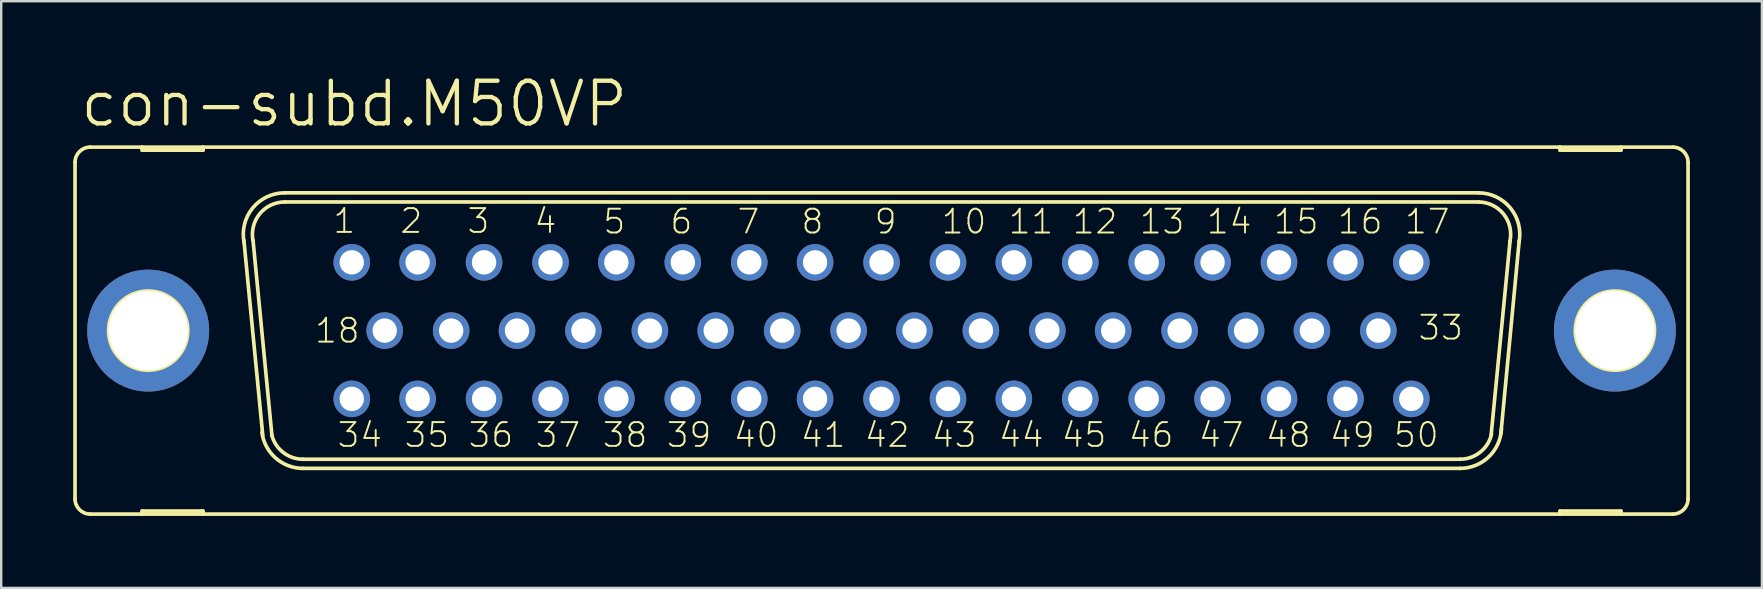
<source format=kicad_pcb>
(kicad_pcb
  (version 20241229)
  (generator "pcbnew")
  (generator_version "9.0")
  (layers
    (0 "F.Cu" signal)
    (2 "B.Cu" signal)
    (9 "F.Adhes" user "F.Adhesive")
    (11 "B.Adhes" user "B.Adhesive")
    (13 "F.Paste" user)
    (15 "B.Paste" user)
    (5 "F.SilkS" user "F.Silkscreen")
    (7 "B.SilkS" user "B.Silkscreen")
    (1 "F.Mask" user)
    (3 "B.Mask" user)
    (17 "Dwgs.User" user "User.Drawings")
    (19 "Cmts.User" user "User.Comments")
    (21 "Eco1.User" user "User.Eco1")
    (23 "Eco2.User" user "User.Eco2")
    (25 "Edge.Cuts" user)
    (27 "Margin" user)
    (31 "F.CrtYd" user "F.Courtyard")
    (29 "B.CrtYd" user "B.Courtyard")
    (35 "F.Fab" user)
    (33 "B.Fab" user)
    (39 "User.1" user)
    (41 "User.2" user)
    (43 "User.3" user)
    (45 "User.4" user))
  (footprint "con-subd.M50VP"
    (layer "F.Cu")
    (at 33.68 10.725)
    (property "Reference" "con-subd.M50VP" (at -33.477 -8.407 0) (layer "F.SilkS") (effects (font (size 1.778 1.778) (thickness 0.18)) (justify left bottom)))
    (attr through_hole)
    (fp_line (start -33.604 -7.01) (end -33.604 7.01) (stroke (width 0.152) (type default)) (layer "F.SilkS"))
    (fp_line (start -32.969 7.645) (end -30.81 7.645) (stroke (width 0.152) (type default)) (layer "F.SilkS"))
    (fp_line (start -30.81 -7.645) (end -32.969 -7.645) (stroke (width 0.152) (type default)) (layer "F.SilkS"))
    (fp_line (start -30.81 -7.645) (end -30.81 -7.518) (stroke (width 0.152) (type default)) (layer "F.SilkS"))
    (fp_line (start -30.81 -7.518) (end -28.27 -7.518) (stroke (width 0.152) (type default)) (layer "F.SilkS"))
    (fp_line (start -30.81 7.518) (end -28.27 7.518) (stroke (width 0.152) (type default)) (layer "F.SilkS"))
    (fp_line (start -30.81 7.645) (end -30.81 7.518) (stroke (width 0.152) (type default)) (layer "F.SilkS"))
    (fp_line (start -30.81 7.645) (end -28.27 7.645) (stroke (width 0.152) (type default)) (layer "F.SilkS"))
    (fp_line (start -28.27 -7.645) (end -30.81 -7.645) (stroke (width 0.152) (type default)) (layer "F.SilkS"))
    (fp_line (start -28.27 -7.518) (end -28.27 -7.645) (stroke (width 0.152) (type default)) (layer "F.SilkS"))
    (fp_line (start -28.27 7.518) (end -28.27 7.645) (stroke (width 0.152) (type default)) (layer "F.SilkS"))
    (fp_line (start -28.27 7.645) (end 28.27 7.645) (stroke (width 0.152) (type default)) (layer "F.SilkS"))
    (fp_line (start -25.781 4.369) (end -26.568 -3.759) (stroke (width 0.152) (type default)) (layer "F.SilkS"))
    (fp_line (start -25.4 4.369) (end -26.187 -3.759) (stroke (width 0.152) (type default)) (layer "F.SilkS"))
    (fp_line (start -24.867 -5.74) (end 24.867 -5.74) (stroke (width 0.152) (type default)) (layer "F.SilkS"))
    (fp_line (start -24.867 -5.359) (end 24.867 -5.359) (stroke (width 0.152) (type default)) (layer "F.SilkS"))
    (fp_line (start -24.105 5.359) (end 24.105 5.359) (stroke (width 0.152) (type default)) (layer "F.SilkS"))
    (fp_line (start -24.105 5.74) (end 24.105 5.74) (stroke (width 0.152) (type default)) (layer "F.SilkS"))
    (fp_line (start 26.187 -3.734) (end 25.4 4.343) (stroke (width 0.152) (type default)) (layer "F.SilkS"))
    (fp_line (start 26.568 -3.734) (end 25.806 4.293) (stroke (width 0.152) (type default)) (layer "F.SilkS"))
    (fp_line (start 28.27 -7.645) (end -28.27 -7.645) (stroke (width 0.152) (type default)) (layer "F.SilkS"))
    (fp_line (start 28.27 -7.645) (end 28.27 -7.518) (stroke (width 0.152) (type default)) (layer "F.SilkS"))
    (fp_line (start 28.27 -7.518) (end 30.81 -7.518) (stroke (width 0.152) (type default)) (layer "F.SilkS"))
    (fp_line (start 28.27 7.518) (end 30.81 7.518) (stroke (width 0.152) (type default)) (layer "F.SilkS"))
    (fp_line (start 28.27 7.645) (end 28.27 7.518) (stroke (width 0.152) (type default)) (layer "F.SilkS"))
    (fp_line (start 28.27 7.645) (end 30.81 7.645) (stroke (width 0.152) (type default)) (layer "F.SilkS"))
    (fp_line (start 30.81 -7.645) (end 28.27 -7.645) (stroke (width 0.152) (type default)) (layer "F.SilkS"))
    (fp_line (start 30.81 -7.518) (end 30.81 -7.645) (stroke (width 0.152) (type default)) (layer "F.SilkS"))
    (fp_line (start 30.81 7.518) (end 30.81 7.645) (stroke (width 0.152) (type default)) (layer "F.SilkS"))
    (fp_line (start 30.81 7.645) (end 32.969 7.645) (stroke (width 0.152) (type default)) (layer "F.SilkS"))
    (fp_line (start 32.969 -7.645) (end 30.81 -7.645) (stroke (width 0.152) (type default)) (layer "F.SilkS"))
    (fp_line (start 33.604 -7.01) (end 33.604 7.01) (stroke (width 0.152) (type default)) (layer "F.SilkS"))
    (fp_arc (start -33.6042 -7.0104) (mid -33.418213 -7.459413) (end -32.9692 -7.6454) (stroke (width 0.1524) (type default)) (layer "F.SilkS"))
    (fp_arc (start -32.9692 7.6454) (mid -33.418213 7.459413) (end -33.6042 7.0104) (stroke (width 0.1524) (type default)) (layer "F.SilkS"))
    (fp_arc (start -26.5603 -3.6745) (mid -26.202317 -5.108241) (end -24.8666 -5.7404) (stroke (width 0.1524) (type default)) (layer "F.SilkS"))
    (fp_arc (start -26.1867 -3.7492) (mid -25.907682 -4.866684) (end -24.8666 -5.3594) (stroke (width 0.1524) (type default)) (layer "F.SilkS"))
    (fp_arc (start -24.1046 5.3594) (mid -24.9281 5.078146) (end -25.4075 4.3519) (stroke (width 0.1524) (type default)) (layer "F.SilkS"))
    (fp_arc (start -24.1046 5.7404) (mid -25.242311 5.312712) (end -25.8166 4.2415) (stroke (width 0.1524) (type default)) (layer "F.SilkS"))
    (fp_arc (start 24.8666 -5.7404) (mid 26.202412 -5.108267) (end 26.5606 -3.6745) (stroke (width 0.1524) (type default)) (layer "F.SilkS"))
    (fp_arc (start 24.8666 -5.3594) (mid 25.915156 -4.857584) (end 26.1821 -3.7262) (stroke (width 0.1524) (type default)) (layer "F.SilkS"))
    (fp_arc (start 25.4133 4.3274) (mid 24.937856 5.070274) (end 24.1046 5.3594) (stroke (width 0.1524) (type default)) (layer "F.SilkS"))
    (fp_arc (start 25.8289 4.1073) (mid 25.291966 5.267228) (end 24.1046 5.7404) (stroke (width 0.1524) (type default)) (layer "F.SilkS"))
    (fp_arc (start 32.9692 -7.6454) (mid 33.418213 -7.459413) (end 33.6042 -7.0104) (stroke (width 0.1524) (type default)) (layer "F.SilkS"))
    (fp_arc (start 33.6042 7.0104) (mid 33.418213 7.459413) (end 32.9692 7.6454) (stroke (width 0.1524) (type default)) (layer "F.SilkS"))
    (fp_circle (center -30.556 0) (end -28.905 0) (stroke (width 0.152) (type default)) (fill no) (layer "F.SilkS"))
    (fp_circle (center 30.556 0) (end 32.207 0) (stroke (width 0.152) (type default)) (fill no) (layer "F.SilkS"))
    (fp_circle (center -22.073 -2.845) (end -21.819 -2.845) (stroke (width 0.406) (type default)) (fill no) (layer "F.Fab"))
    (fp_circle (center -22.073 2.845) (end -21.819 2.845) (stroke (width 0.406) (type default)) (fill no) (layer "F.Fab"))
    (fp_circle (center -20.701 0) (end -20.447 0) (stroke (width 0.406) (type default)) (fill no) (layer "F.Fab"))
    (fp_circle (center -19.329 -2.845) (end -19.075 -2.845) (stroke (width 0.406) (type default)) (fill no) (layer "F.Fab"))
    (fp_circle (center -19.329 2.845) (end -19.075 2.845) (stroke (width 0.406) (type default)) (fill no) (layer "F.Fab"))
    (fp_circle (center -17.932 0) (end -17.678 0) (stroke (width 0.406) (type default)) (fill no) (layer "F.Fab"))
    (fp_circle (center -16.561 -2.845) (end -16.307 -2.845) (stroke (width 0.406) (type default)) (fill no) (layer "F.Fab"))
    (fp_circle (center -16.561 2.845) (end -16.307 2.845) (stroke (width 0.406) (type default)) (fill no) (layer "F.Fab"))
    (fp_circle (center -15.189 0) (end -14.935 0) (stroke (width 0.406) (type default)) (fill no) (layer "F.Fab"))
    (fp_circle (center -13.792 -2.845) (end -13.538 -2.845) (stroke (width 0.406) (type default)) (fill no) (layer "F.Fab"))
    (fp_circle (center -13.792 2.845) (end -13.538 2.845) (stroke (width 0.406) (type default)) (fill no) (layer "F.Fab"))
    (fp_circle (center -12.421 0) (end -12.167 0) (stroke (width 0.406) (type default)) (fill no) (layer "F.Fab"))
    (fp_circle (center -11.049 -2.845) (end -10.795 -2.845) (stroke (width 0.406) (type default)) (fill no) (layer "F.Fab"))
    (fp_circle (center -11.049 2.845) (end -10.795 2.845) (stroke (width 0.406) (type default)) (fill no) (layer "F.Fab"))
    (fp_circle (center -9.652 0) (end -9.398 0) (stroke (width 0.406) (type default)) (fill no) (layer "F.Fab"))
    (fp_circle (center -8.28 -2.845) (end -8.026 -2.845) (stroke (width 0.406) (type default)) (fill no) (layer "F.Fab"))
    (fp_circle (center -8.28 2.845) (end -8.026 2.845) (stroke (width 0.406) (type default)) (fill no) (layer "F.Fab"))
    (fp_circle (center -6.909 0) (end -6.655 0) (stroke (width 0.406) (type default)) (fill no) (layer "F.Fab"))
    (fp_circle (center -5.512 -2.845) (end -5.258 -2.845) (stroke (width 0.406) (type default)) (fill no) (layer "F.Fab"))
    (fp_circle (center -5.512 2.845) (end -5.258 2.845) (stroke (width 0.406) (type default)) (fill no) (layer "F.Fab"))
    (fp_circle (center -4.14 0) (end -3.886 0) (stroke (width 0.406) (type default)) (fill no) (layer "F.Fab"))
    (fp_circle (center -2.769 -2.845) (end -2.515 -2.845) (stroke (width 0.406) (type default)) (fill no) (layer "F.Fab"))
    (fp_circle (center -2.769 2.845) (end -2.515 2.845) (stroke (width 0.406) (type default)) (fill no) (layer "F.Fab"))
    (fp_circle (center -1.372 0) (end -1.118 0) (stroke (width 0.406) (type default)) (fill no) (layer "F.Fab"))
    (fp_circle (center 0 -2.845) (end 0.254 -2.845) (stroke (width 0.406) (type default)) (fill no) (layer "F.Fab"))
    (fp_circle (center 0 2.845) (end 0.254 2.845) (stroke (width 0.406) (type default)) (fill no) (layer "F.Fab"))
    (fp_circle (center 1.372 0) (end 1.626 0) (stroke (width 0.406) (type default)) (fill no) (layer "F.Fab"))
    (fp_circle (center 2.769 -2.845) (end 3.023 -2.845) (stroke (width 0.406) (type default)) (fill no) (layer "F.Fab"))
    (fp_circle (center 2.769 2.845) (end 3.023 2.845) (stroke (width 0.406) (type default)) (fill no) (layer "F.Fab"))
    (fp_circle (center 4.14 0) (end 4.394 0) (stroke (width 0.406) (type default)) (fill no) (layer "F.Fab"))
    (fp_circle (center 5.512 -2.845) (end 5.766 -2.845) (stroke (width 0.406) (type default)) (fill no) (layer "F.Fab"))
    (fp_circle (center 5.512 2.845) (end 5.766 2.845) (stroke (width 0.406) (type default)) (fill no) (layer "F.Fab"))
    (fp_circle (center 6.909 0) (end 7.163 0) (stroke (width 0.406) (type default)) (fill no) (layer "F.Fab"))
    (fp_circle (center 8.28 -2.845) (end 8.534 -2.845) (stroke (width 0.406) (type default)) (fill no) (layer "F.Fab"))
    (fp_circle (center 8.28 2.845) (end 8.534 2.845) (stroke (width 0.406) (type default)) (fill no) (layer "F.Fab"))
    (fp_circle (center 9.652 0) (end 9.906 0) (stroke (width 0.406) (type default)) (fill no) (layer "F.Fab"))
    (fp_circle (center 11.049 -2.845) (end 11.303 -2.845) (stroke (width 0.406) (type default)) (fill no) (layer "F.Fab"))
    (fp_circle (center 11.049 2.845) (end 11.303 2.845) (stroke (width 0.406) (type default)) (fill no) (layer "F.Fab"))
    (fp_circle (center 12.421 0) (end 12.675 0) (stroke (width 0.406) (type default)) (fill no) (layer "F.Fab"))
    (fp_circle (center 13.792 -2.845) (end 14.046 -2.845) (stroke (width 0.406) (type default)) (fill no) (layer "F.Fab"))
    (fp_circle (center 13.792 2.845) (end 14.046 2.845) (stroke (width 0.406) (type default)) (fill no) (layer "F.Fab"))
    (fp_circle (center 15.189 0) (end 15.443 0) (stroke (width 0.406) (type default)) (fill no) (layer "F.Fab"))
    (fp_circle (center 16.561 -2.845) (end 16.815 -2.845) (stroke (width 0.406) (type default)) (fill no) (layer "F.Fab"))
    (fp_circle (center 16.561 2.845) (end 16.815 2.845) (stroke (width 0.406) (type default)) (fill no) (layer "F.Fab"))
    (fp_circle (center 17.932 0) (end 18.186 0) (stroke (width 0.406) (type default)) (fill no) (layer "F.Fab"))
    (fp_circle (center 19.329 -2.845) (end 19.583 -2.845) (stroke (width 0.406) (type default)) (fill no) (layer "F.Fab"))
    (fp_circle (center 19.329 2.845) (end 19.583 2.845) (stroke (width 0.406) (type default)) (fill no) (layer "F.Fab"))
    (fp_circle (center 20.701 0) (end 20.955 0) (stroke (width 0.406) (type default)) (fill no) (layer "F.Fab"))
    (fp_circle (center 22.073 -2.845) (end 22.327 -2.845) (stroke (width 0.406) (type default)) (fill no) (layer "F.Fab"))
    (fp_circle (center 22.073 2.845) (end 22.327 2.845) (stroke (width 0.406) (type default)) (fill no) (layer "F.Fab"))
    (fp_text user "43" (at 2.032 4.928 0) (layer "F.SilkS") (effects (font (size 0.991 0.991) (thickness 0.08)) (justify left bottom)))
    (fp_text user "1" (at -22.911 -3.988 0) (layer "F.SilkS") (effects (font (size 0.991 0.991) (thickness 0.08)) (justify left bottom)))
    (fp_text user "36" (at -17.272 4.928 0) (layer "F.SilkS") (effects (font (size 0.991 0.991) (thickness 0.08)) (justify left bottom)))
    (fp_text user "47" (at 13.157 4.928 0) (layer "F.SilkS") (effects (font (size 0.991 0.991) (thickness 0.08)) (justify left bottom)))
    (fp_text user "3" (at -17.323 -3.988 0) (layer "F.SilkS") (effects (font (size 0.991 0.991) (thickness 0.08)) (justify left bottom)))
    (fp_text user "42" (at -0.762 4.928 0) (layer "F.SilkS") (effects (font (size 0.991 0.991) (thickness 0.08)) (justify left bottom)))
    (fp_text user "33" (at 22.301 0.457 0) (layer "F.SilkS") (effects (font (size 0.991 0.991) (thickness 0.08)) (justify left bottom)))
    (fp_text user "18" (at -23.673 0.584 0) (layer "F.SilkS") (effects (font (size 0.991 0.991) (thickness 0.08)) (justify left bottom)))
    (fp_text user "34" (at -22.733 4.928 0) (layer "F.SilkS") (effects (font (size 0.991 0.991) (thickness 0.08)) (justify left bottom)))
    (fp_text user "6" (at -8.865 -3.962 0) (layer "F.SilkS") (effects (font (size 0.991 0.991) (thickness 0.08)) (justify left bottom)))
    (fp_text user "15" (at 16.281 -3.962 0) (layer "F.SilkS") (effects (font (size 0.991 0.991) (thickness 0.08)) (justify left bottom)))
    (fp_text user "10" (at 2.438 -3.962 0) (layer "F.SilkS") (effects (font (size 0.991 0.991) (thickness 0.08)) (justify left bottom)))
    (fp_text user "37" (at -14.478 4.928 0) (layer "F.SilkS") (effects (font (size 0.991 0.991) (thickness 0.08)) (justify left bottom)))
    (fp_text user "11" (at 5.232 -3.962 0) (layer "F.SilkS") (effects (font (size 0.991 0.991) (thickness 0.08)) (justify left bottom)))
    (fp_text user "48" (at 15.951 4.928 0) (layer "F.SilkS") (effects (font (size 0.991 0.991) (thickness 0.08)) (justify left bottom)))
    (fp_text user "14" (at 13.487 -3.962 0) (layer "F.SilkS") (effects (font (size 0.991 0.991) (thickness 0.08)) (justify left bottom)))
    (fp_text user "38" (at -11.684 4.928 0) (layer "F.SilkS") (effects (font (size 0.991 0.991) (thickness 0.08)) (justify left bottom)))
    (fp_text user "17" (at 21.742 -3.962 0) (layer "F.SilkS") (effects (font (size 0.991 0.991) (thickness 0.08)) (justify left bottom)))
    (fp_text user "8" (at -3.404 -3.962 0) (layer "F.SilkS") (effects (font (size 0.991 0.991) (thickness 0.08)) (justify left bottom)))
    (fp_text user "35" (at -19.939 4.928 0) (layer "F.SilkS") (effects (font (size 0.991 0.991) (thickness 0.08)) (justify left bottom)))
    (fp_text user "50" (at 21.285 4.928 0) (layer "F.SilkS") (effects (font (size 0.991 0.991) (thickness 0.08)) (justify left bottom)))
    (fp_text user "39" (at -9.017 4.928 0) (layer "F.SilkS") (effects (font (size 0.991 0.991) (thickness 0.08)) (justify left bottom)))
    (fp_text user "46" (at 10.236 4.928 0) (layer "F.SilkS") (effects (font (size 0.991 0.991) (thickness 0.08)) (justify left bottom)))
    (fp_text user "44" (at 4.826 4.928 0) (layer "F.SilkS") (effects (font (size 0.991 0.991) (thickness 0.08)) (justify left bottom)))
    (fp_text user "5" (at -11.659 -3.962 0) (layer "F.SilkS") (effects (font (size 0.991 0.991) (thickness 0.08)) (justify left bottom)))
    (fp_text user "2" (at -20.117 -3.988 0) (layer "F.SilkS") (effects (font (size 0.991 0.991) (thickness 0.08)) (justify left bottom)))
    (fp_text user "41" (at -3.429 4.928 0) (layer "F.SilkS") (effects (font (size 0.991 0.991) (thickness 0.08)) (justify left bottom)))
    (fp_text user "4" (at -14.529 -3.988 0) (layer "F.SilkS") (effects (font (size 0.991 0.991) (thickness 0.08)) (justify left bottom)))
    (fp_text user "13" (at 10.693 -3.962 0) (layer "F.SilkS") (effects (font (size 0.991 0.991) (thickness 0.08)) (justify left bottom)))
    (fp_text user "40" (at -6.223 4.928 0) (layer "F.SilkS") (effects (font (size 0.991 0.991) (thickness 0.08)) (justify left bottom)))
    (fp_text user "45" (at 7.442 4.928 0) (layer "F.SilkS") (effects (font (size 0.991 0.991) (thickness 0.08)) (justify left bottom)))
    (fp_text user "12" (at 7.899 -3.962 0) (layer "F.SilkS") (effects (font (size 0.991 0.991) (thickness 0.08)) (justify left bottom)))
    (fp_text user "16" (at 18.948 -3.962 0) (layer "F.SilkS") (effects (font (size 0.991 0.991) (thickness 0.08)) (justify left bottom)))
    (fp_text user "49" (at 18.618 4.928 0) (layer "F.SilkS") (effects (font (size 0.991 0.991) (thickness 0.08)) (justify left bottom)))
    (fp_text user "9" (at -0.356 -3.962 0) (layer "F.SilkS") (effects (font (size 0.991 0.991) (thickness 0.08)) (justify left bottom)))
    (fp_text user "7" (at -6.071 -3.962 0) (layer "F.SilkS") (effects (font (size 0.991 0.991) (thickness 0.08)) (justify left bottom)))
    (pad "1" thru_hole circle (at -22.073 -2.845) (size 1.524 1.524) (drill 1.016) (layers "*.Cu" "*.Mask"))
    (pad "2" thru_hole circle (at -19.329 -2.845) (size 1.524 1.524) (drill 1.016) (layers "*.Cu" "*.Mask"))
    (pad "3" thru_hole circle (at -16.561 -2.845) (size 1.524 1.524) (drill 1.016) (layers "*.Cu" "*.Mask"))
    (pad "4" thru_hole circle (at -13.792 -2.845) (size 1.524 1.524) (drill 1.016) (layers "*.Cu" "*.Mask"))
    (pad "5" thru_hole circle (at -11.049 -2.845) (size 1.524 1.524) (drill 1.016) (layers "*.Cu" "*.Mask"))
    (pad "6" thru_hole circle (at -8.28 -2.845) (size 1.524 1.524) (drill 1.016) (layers "*.Cu" "*.Mask"))
    (pad "7" thru_hole circle (at -5.512 -2.845) (size 1.524 1.524) (drill 1.016) (layers "*.Cu" "*.Mask"))
    (pad "8" thru_hole circle (at -2.769 -2.845) (size 1.524 1.524) (drill 1.016) (layers "*.Cu" "*.Mask"))
    (pad "9" thru_hole circle (at 0 -2.845) (size 1.524 1.524) (drill 1.016) (layers "*.Cu" "*.Mask"))
    (pad "10" thru_hole circle (at 2.769 -2.845) (size 1.524 1.524) (drill 1.016) (layers "*.Cu" "*.Mask"))
    (pad "11" thru_hole circle (at 5.512 -2.845) (size 1.524 1.524) (drill 1.016) (layers "*.Cu" "*.Mask"))
    (pad "12" thru_hole circle (at 8.28 -2.845) (size 1.524 1.524) (drill 1.016) (layers "*.Cu" "*.Mask"))
    (pad "13" thru_hole circle (at 11.049 -2.845) (size 1.524 1.524) (drill 1.016) (layers "*.Cu" "*.Mask"))
    (pad "14" thru_hole circle (at 13.792 -2.845) (size 1.524 1.524) (drill 1.016) (layers "*.Cu" "*.Mask"))
    (pad "15" thru_hole circle (at 16.561 -2.845) (size 1.524 1.524) (drill 1.016) (layers "*.Cu" "*.Mask"))
    (pad "16" thru_hole circle (at 19.329 -2.845) (size 1.524 1.524) (drill 1.016) (layers "*.Cu" "*.Mask"))
    (pad "17" thru_hole circle (at 22.073 -2.845) (size 1.524 1.524) (drill 1.016) (layers "*.Cu" "*.Mask"))
    (pad "18" thru_hole circle (at -20.701 0) (size 1.524 1.524) (drill 1.016) (layers "*.Cu" "*.Mask"))
    (pad "19" thru_hole circle (at -17.932 0) (size 1.524 1.524) (drill 1.016) (layers "*.Cu" "*.Mask"))
    (pad "20" thru_hole circle (at -15.189 0) (size 1.524 1.524) (drill 1.016) (layers "*.Cu" "*.Mask"))
    (pad "21" thru_hole circle (at -12.421 0) (size 1.524 1.524) (drill 1.016) (layers "*.Cu" "*.Mask"))
    (pad "22" thru_hole circle (at -9.652 0) (size 1.524 1.524) (drill 1.016) (layers "*.Cu" "*.Mask"))
    (pad "23" thru_hole circle (at -6.909 0) (size 1.524 1.524) (drill 1.016) (layers "*.Cu" "*.Mask"))
    (pad "24" thru_hole circle (at -4.14 0) (size 1.524 1.524) (drill 1.016) (layers "*.Cu" "*.Mask"))
    (pad "25" thru_hole circle (at -1.372 0) (size 1.524 1.524) (drill 1.016) (layers "*.Cu" "*.Mask"))
    (pad "26" thru_hole circle (at 1.372 0) (size 1.524 1.524) (drill 1.016) (layers "*.Cu" "*.Mask"))
    (pad "27" thru_hole circle (at 4.14 0) (size 1.524 1.524) (drill 1.016) (layers "*.Cu" "*.Mask"))
    (pad "28" thru_hole circle (at 6.909 0) (size 1.524 1.524) (drill 1.016) (layers "*.Cu" "*.Mask"))
    (pad "29" thru_hole circle (at 9.652 0) (size 1.524 1.524) (drill 1.016) (layers "*.Cu" "*.Mask"))
    (pad "30" thru_hole circle (at 12.421 0) (size 1.524 1.524) (drill 1.016) (layers "*.Cu" "*.Mask"))
    (pad "31" thru_hole circle (at 15.189 0) (size 1.524 1.524) (drill 1.016) (layers "*.Cu" "*.Mask"))
    (pad "32" thru_hole circle (at 17.932 0) (size 1.524 1.524) (drill 1.016) (layers "*.Cu" "*.Mask"))
    (pad "33" thru_hole circle (at 20.701 0) (size 1.524 1.524) (drill 1.016) (layers "*.Cu" "*.Mask"))
    (pad "34" thru_hole circle (at -22.073 2.845) (size 1.524 1.524) (drill 1.016) (layers "*.Cu" "*.Mask"))
    (pad "35" thru_hole circle (at -19.329 2.845) (size 1.524 1.524) (drill 1.016) (layers "*.Cu" "*.Mask"))
    (pad "36" thru_hole circle (at -16.561 2.845) (size 1.524 1.524) (drill 1.016) (layers "*.Cu" "*.Mask"))
    (pad "37" thru_hole circle (at -13.792 2.845) (size 1.524 1.524) (drill 1.016) (layers "*.Cu" "*.Mask"))
    (pad "38" thru_hole circle (at -11.049 2.845) (size 1.524 1.524) (drill 1.016) (layers "*.Cu" "*.Mask"))
    (pad "39" thru_hole circle (at -8.28 2.845) (size 1.524 1.524) (drill 1.016) (layers "*.Cu" "*.Mask"))
    (pad "40" thru_hole circle (at -5.512 2.845) (size 1.524 1.524) (drill 1.016) (layers "*.Cu" "*.Mask"))
    (pad "41" thru_hole circle (at -2.769 2.845) (size 1.524 1.524) (drill 1.016) (layers "*.Cu" "*.Mask"))
    (pad "42" thru_hole circle (at 0 2.845) (size 1.524 1.524) (drill 1.016) (layers "*.Cu" "*.Mask"))
    (pad "43" thru_hole circle (at 2.769 2.845) (size 1.524 1.524) (drill 1.016) (layers "*.Cu" "*.Mask"))
    (pad "44" thru_hole circle (at 5.512 2.845) (size 1.524 1.524) (drill 1.016) (layers "*.Cu" "*.Mask"))
    (pad "45" thru_hole circle (at 8.28 2.845) (size 1.524 1.524) (drill 1.016) (layers "*.Cu" "*.Mask"))
    (pad "46" thru_hole circle (at 11.049 2.845) (size 1.524 1.524) (drill 1.016) (layers "*.Cu" "*.Mask"))
    (pad "47" thru_hole circle (at 13.792 2.845) (size 1.524 1.524) (drill 1.016) (layers "*.Cu" "*.Mask"))
    (pad "48" thru_hole circle (at 16.561 2.845) (size 1.524 1.524) (drill 1.016) (layers "*.Cu" "*.Mask"))
    (pad "49" thru_hole circle (at 19.329 2.845) (size 1.524 1.524) (drill 1.016) (layers "*.Cu" "*.Mask"))
    (pad "50" thru_hole circle (at 22.073 2.845) (size 1.524 1.524) (drill 1.016) (layers "*.Cu" "*.Mask"))
    (pad "G1" thru_hole circle (at -30.556 0) (size 5.08 5.08) (drill 3.302) (layers "*.Cu" "*.Mask"))
    (pad "G2" thru_hole circle (at 30.556 0) (size 5.08 5.08) (drill 3.302) (layers "*.Cu" "*.Mask")))
  (gr_rect
    (start -3 -3)
    (end 70.361 21.447)
    (stroke (width 0.1) (type default))
    (fill no)
    (layer "Edge.Cuts")))
</source>
